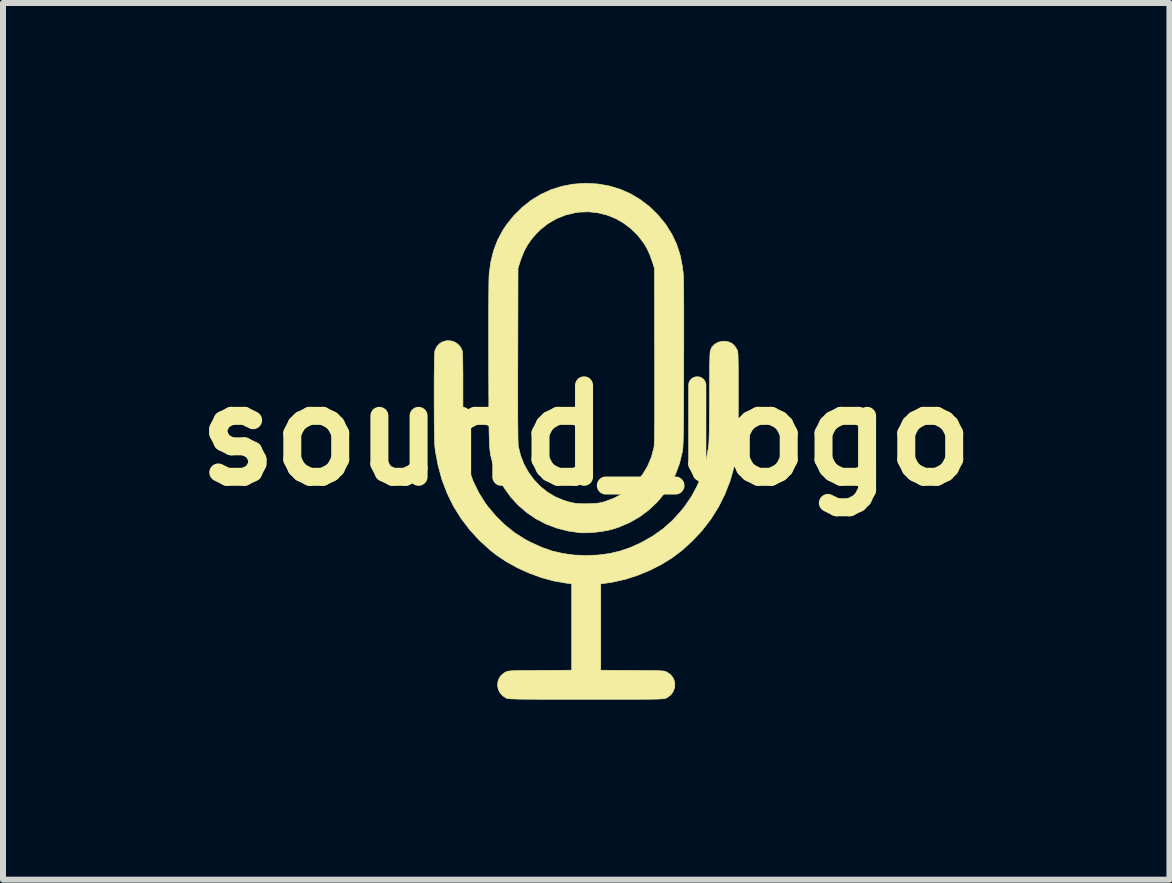
<source format=kicad_pcb>
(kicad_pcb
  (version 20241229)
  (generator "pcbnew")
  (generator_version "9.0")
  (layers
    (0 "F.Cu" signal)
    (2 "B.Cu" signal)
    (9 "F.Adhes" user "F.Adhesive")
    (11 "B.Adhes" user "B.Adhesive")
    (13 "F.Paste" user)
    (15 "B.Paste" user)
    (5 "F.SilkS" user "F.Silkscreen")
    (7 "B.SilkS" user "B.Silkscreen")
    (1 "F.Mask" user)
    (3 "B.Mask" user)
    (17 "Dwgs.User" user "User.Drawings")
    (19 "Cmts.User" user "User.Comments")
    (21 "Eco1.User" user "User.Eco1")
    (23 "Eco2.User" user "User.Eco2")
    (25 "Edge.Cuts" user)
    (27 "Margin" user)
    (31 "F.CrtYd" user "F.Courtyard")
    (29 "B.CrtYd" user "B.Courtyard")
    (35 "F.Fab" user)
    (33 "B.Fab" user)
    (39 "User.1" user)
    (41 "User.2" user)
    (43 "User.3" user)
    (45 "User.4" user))
  (footprint "sound_logo"
    (layer "F.Cu")
    (at 6.72 4.207)
    (property "Reference" "sound_logo" (at 0 0 0) (layer "F.SilkS") (effects (font (size 1.524 1.524) (thickness 0.3))))
    (attr through_hole)
    (fp_poly (pts (xy 0.195 -4.191) (xy 0.383 -4.158) (xy 0.563 -4.104) (xy 0.735 -4.029) (xy 0.896 -3.933) (xy 1.048 -3.818) (xy 1.187 -3.684) (xy 1.314 -3.531) (xy 1.33 -3.509) (xy 1.428 -3.352) (xy 1.507 -3.184) (xy 1.565 -3.006) (xy 1.603 -2.815) (xy 1.617 -2.696) (xy 1.619 -2.656) (xy 1.621 -2.593) (xy 1.623 -2.507) (xy 1.624 -2.398) (xy 1.625 -2.267) (xy 1.626 -2.114) (xy 1.626 -1.938) (xy 1.626 -1.741) (xy 1.626 -1.522) (xy 1.625 -1.281) (xy 1.625 -1.189) (xy 1.625 -0.981) (xy 1.624 -0.795) (xy 1.623 -0.629) (xy 1.623 -0.482) (xy 1.622 -0.354) (xy 1.621 -0.241) (xy 1.62 -0.144) (xy 1.619 -0.061) (xy 1.618 0.01) (xy 1.616 0.069) (xy 1.615 0.119) (xy 1.613 0.159) (xy 1.611 0.193) (xy 1.609 0.22) (xy 1.606 0.243) (xy 1.603 0.263) (xy 1.602 0.273) (xy 1.555 0.465) (xy 1.488 0.646) (xy 1.402 0.816) (xy 1.298 0.973) (xy 1.177 1.116) (xy 1.04 1.244) (xy 0.888 1.357) (xy 0.722 1.452) (xy 0.543 1.528) (xy 0.474 1.552) (xy 0.384 1.576) (xy 0.281 1.596) (xy 0.171 1.611) (xy 0.063 1.62) (xy -0.037 1.623) (xy -0.104 1.621) (xy -0.302 1.593) (xy -0.491 1.544) (xy -0.669 1.477) (xy -0.836 1.39) (xy -0.99 1.286) (xy -1.131 1.164) (xy -1.257 1.027) (xy -1.367 0.874) (xy -1.46 0.707) (xy -1.535 0.526) (xy -1.552 0.475) (xy -1.562 0.443) (xy -1.571 0.413) (xy -1.579 0.385) (xy -1.586 0.357) (xy -1.593 0.328) (xy -1.598 0.296) (xy -1.603 0.26) (xy -1.607 0.218) (xy -1.611 0.17) (xy -1.613 0.113) (xy -1.616 0.047) (xy -1.618 -0.031) (xy -1.62 -0.12) (xy -1.621 -0.223) (xy -1.622 -0.342) (xy -1.623 -0.476) (xy -1.623 -0.628) (xy -1.624 -0.685) (xy -1.141 -0.685) (xy -1.141 -0.51) (xy -1.141 -0.356) (xy -1.14 -0.223) (xy -1.139 -0.109) (xy -1.138 -0.015) (xy -1.137 0.061) (xy -1.135 0.119) (xy -1.134 0.159) (xy -1.132 0.182) (xy -1.131 0.184) (xy -1.094 0.335) (xy -1.037 0.48) (xy -0.962 0.615) (xy -0.871 0.739) (xy -0.765 0.85) (xy -0.647 0.945) (xy -0.517 1.023) (xy -0.38 1.08) (xy -0.303 1.104) (xy -0.237 1.121) (xy -0.175 1.132) (xy -0.111 1.138) (xy -0.036 1.139) (xy 0.029 1.138) (xy 0.103 1.136) (xy 0.161 1.132) (xy 0.209 1.127) (xy 0.253 1.118) (xy 0.299 1.106) (xy 0.306 1.104) (xy 0.46 1.047) (xy 0.602 0.972) (xy 0.73 0.879) (xy 0.844 0.77) (xy 0.942 0.648) (xy 1.023 0.512) (xy 1.085 0.366) (xy 1.127 0.21) (xy 1.131 0.184) (xy 1.133 0.163) (xy 1.135 0.125) (xy 1.137 0.069) (xy 1.138 -0.004) (xy 1.139 -0.097) (xy 1.14 -0.208) (xy 1.141 -0.339) (xy 1.141 -0.49) (xy 1.141 -0.662) (xy 1.141 -0.855) (xy 1.141 -1.071) (xy 1.14 -1.308) (xy 1.14 -1.339) (xy 1.137 -2.788) (xy 1.11 -2.872) (xy 1.065 -3.001) (xy 1.015 -3.111) (xy 0.962 -3.201) (xy 0.863 -3.331) (xy 0.75 -3.443) (xy 0.625 -3.538) (xy 0.49 -3.615) (xy 0.346 -3.673) (xy 0.197 -3.71) (xy 0.043 -3.727) (xy -0.113 -3.722) (xy -0.189 -3.711) (xy -0.348 -3.672) (xy -0.497 -3.613) (xy -0.635 -3.532) (xy -0.762 -3.432) (xy -0.832 -3.364) (xy -0.913 -3.269) (xy -0.981 -3.171) (xy -1.038 -3.064) (xy -1.087 -2.942) (xy -1.11 -2.872) (xy -1.137 -2.788) (xy -1.14 -1.339) (xy -1.141 -1.099) (xy -1.141 -0.881) (xy -1.141 -0.685) (xy -1.624 -0.685) (xy -1.624 -0.8) (xy -1.625 -0.992) (xy -1.625 -1.189) (xy -1.626 -1.438) (xy -1.626 -1.665) (xy -1.626 -1.87) (xy -1.626 -2.053) (xy -1.625 -2.215) (xy -1.624 -2.354) (xy -1.623 -2.47) (xy -1.622 -2.564) (xy -1.62 -2.636) (xy -1.618 -2.684) (xy -1.617 -2.696) (xy -1.59 -2.893) (xy -1.544 -3.079) (xy -1.478 -3.253) (xy -1.391 -3.416) (xy -1.33 -3.509) (xy -1.205 -3.664) (xy -1.067 -3.801) (xy -0.917 -3.919) (xy -0.757 -4.017) (xy -0.586 -4.095) (xy -0.407 -4.152) (xy -0.22 -4.188) (xy -0.026 -4.202) (xy 0 -4.202) (xy 0.195 -4.191)) (stroke (width 0.01) (type solid)) (fill yes) (layer "F.SilkS"))
    (fp_poly (pts (xy -2.261 -1.577) (xy -2.201 -1.56) (xy -2.145 -1.527) (xy -2.099 -1.477) (xy -2.073 -1.429) (xy -2.069 -1.418) (xy -2.066 -1.402) (xy -2.063 -1.38) (xy -2.061 -1.349) (xy -2.059 -1.309) (xy -2.058 -1.258) (xy -2.057 -1.193) (xy -2.056 -1.113) (xy -2.055 -1.016) (xy -2.055 -0.9) (xy -2.055 -0.765) (xy -2.055 -0.673) (xy -2.055 -0.543) (xy -2.054 -0.417) (xy -2.053 -0.298) (xy -2.052 -0.187) (xy -2.051 -0.088) (xy -2.049 -0.003) (xy -2.047 0.067) (xy -2.045 0.118) (xy -2.043 0.148) (xy -2.01 0.36) (xy -1.957 0.566) (xy -1.884 0.764) (xy -1.793 0.951) (xy -1.684 1.126) (xy -1.643 1.181) (xy -1.505 1.346) (xy -1.357 1.491) (xy -1.197 1.619) (xy -1.021 1.731) (xy -0.925 1.782) (xy -0.747 1.863) (xy -0.572 1.925) (xy -0.394 1.967) (xy -0.208 1.993) (xy -0.01 2.001) (xy 0 2.001) (xy 0.199 1.993) (xy 0.385 1.969) (xy 0.564 1.927) (xy 0.739 1.867) (xy 0.917 1.786) (xy 0.925 1.782) (xy 1.11 1.677) (xy 1.278 1.558) (xy 1.432 1.422) (xy 1.574 1.267) (xy 1.643 1.181) (xy 1.758 1.012) (xy 1.855 0.829) (xy 1.934 0.634) (xy 1.994 0.431) (xy 2.034 0.221) (xy 2.043 0.148) (xy 2.045 0.117) (xy 2.047 0.065) (xy 2.049 -0.005) (xy 2.051 -0.091) (xy 2.052 -0.19) (xy 2.053 -0.301) (xy 2.054 -0.42) (xy 2.055 -0.545) (xy 2.055 -0.664) (xy 2.055 -0.824) (xy 2.056 -0.967) (xy 2.057 -1.091) (xy 2.058 -1.197) (xy 2.06 -1.282) (xy 2.062 -1.347) (xy 2.065 -1.39) (xy 2.067 -1.411) (xy 2.095 -1.472) (xy 2.141 -1.52) (xy 2.2 -1.554) (xy 2.269 -1.569) (xy 2.291 -1.57) (xy 2.364 -1.562) (xy 2.423 -1.538) (xy 2.472 -1.494) (xy 2.509 -1.437) (xy 2.514 -1.428) (xy 2.519 -1.418) (xy 2.522 -1.406) (xy 2.525 -1.39) (xy 2.528 -1.368) (xy 2.53 -1.339) (xy 2.531 -1.3) (xy 2.532 -1.251) (xy 2.533 -1.189) (xy 2.534 -1.113) (xy 2.534 -1.02) (xy 2.534 -0.91) (xy 2.534 -0.779) (xy 2.534 -0.635) (xy 2.534 -0.48) (xy 2.534 -0.347) (xy 2.533 -0.233) (xy 2.532 -0.136) (xy 2.532 -0.054) (xy 2.53 0.015) (xy 2.529 0.073) (xy 2.527 0.121) (xy 2.524 0.163) (xy 2.521 0.199) (xy 2.517 0.231) (xy 2.513 0.263) (xy 2.513 0.266) (xy 2.466 0.514) (xy 2.4 0.75) (xy 2.313 0.975) (xy 2.207 1.188) (xy 2.081 1.39) (xy 1.935 1.58) (xy 1.768 1.759) (xy 1.589 1.921) (xy 1.429 2.041) (xy 1.251 2.151) (xy 1.061 2.247) (xy 0.863 2.329) (xy 0.66 2.395) (xy 0.456 2.442) (xy 0.343 2.46) (xy 0.242 2.473) (xy 0.242 3.913) (xy 0.771 3.916) (xy 0.895 3.917) (xy 0.998 3.918) (xy 1.083 3.919) (xy 1.151 3.92) (xy 1.204 3.921) (xy 1.245 3.923) (xy 1.276 3.925) (xy 1.299 3.928) (xy 1.316 3.932) (xy 1.329 3.937) (xy 1.34 3.942) (xy 1.345 3.945) (xy 1.404 3.985) (xy 1.444 4.035) (xy 1.46 4.067) (xy 1.477 4.135) (xy 1.473 4.203) (xy 1.45 4.267) (xy 1.409 4.324) (xy 1.353 4.367) (xy 1.325 4.381) (xy 1.317 4.384) (xy 1.304 4.386) (xy 1.286 4.388) (xy 1.261 4.39) (xy 1.229 4.392) (xy 1.188 4.394) (xy 1.136 4.395) (xy 1.072 4.396) (xy 0.996 4.397) (xy 0.905 4.397) (xy 0.799 4.398) (xy 0.677 4.398) (xy 0.536 4.398) (xy 0.376 4.398) (xy 0.195 4.398) (xy -0.003 4.398) (xy -0.205 4.398) (xy -0.386 4.398) (xy -0.546 4.398) (xy -0.686 4.398) (xy -0.809 4.397) (xy -0.915 4.396) (xy -1.005 4.396) (xy -1.082 4.395) (xy -1.145 4.394) (xy -1.196 4.392) (xy -1.237 4.391) (xy -1.269 4.389) (xy -1.293 4.387) (xy -1.31 4.385) (xy -1.322 4.382) (xy -1.328 4.38) (xy -1.389 4.342) (xy -1.436 4.29) (xy -1.466 4.229) (xy -1.478 4.161) (xy -1.469 4.093) (xy -1.46 4.067) (xy -1.427 4.009) (xy -1.378 3.965) (xy -1.345 3.945) (xy -1.334 3.939) (xy -1.321 3.934) (xy -1.306 3.93) (xy -1.286 3.927) (xy -1.259 3.924) (xy -1.222 3.922) (xy -1.174 3.92) (xy -1.113 3.919) (xy -1.035 3.918) (xy -0.94 3.917) (xy -0.825 3.917) (xy -0.771 3.916) (xy -0.242 3.913) (xy -0.242 2.473) (xy -0.343 2.46) (xy -0.545 2.424) (xy -0.749 2.368) (xy -0.95 2.295) (xy -1.146 2.206) (xy -1.331 2.104) (xy -1.501 1.99) (xy -1.589 1.921) (xy -1.775 1.753) (xy -1.941 1.573) (xy -2.086 1.382) (xy -2.212 1.18) (xy -2.317 0.966) (xy -2.403 0.741) (xy -2.468 0.504) (xy -2.513 0.266) (xy -2.517 0.234) (xy -2.521 0.201) (xy -2.524 0.165) (xy -2.526 0.124) (xy -2.528 0.075) (xy -2.53 0.018) (xy -2.531 -0.051) (xy -2.532 -0.132) (xy -2.533 -0.229) (xy -2.533 -0.343) (xy -2.534 -0.477) (xy -2.534 -0.629) (xy -2.534 -0.786) (xy -2.534 -0.922) (xy -2.533 -1.038) (xy -2.532 -1.135) (xy -2.531 -1.215) (xy -2.53 -1.28) (xy -2.528 -1.331) (xy -2.526 -1.369) (xy -2.524 -1.397) (xy -2.521 -1.416) (xy -2.519 -1.423) (xy -2.486 -1.486) (xy -2.44 -1.533) (xy -2.385 -1.564) (xy -2.324 -1.579) (xy -2.261 -1.577)) (stroke (width 0.01) (type solid)) (fill yes) (layer "F.SilkS")))
  (gr_rect
    (start -3 -3)
    (end 16.44 11.611)
    (stroke (width 0.1) (type default))
    (fill no)
    (layer "Edge.Cuts")))
</source>
